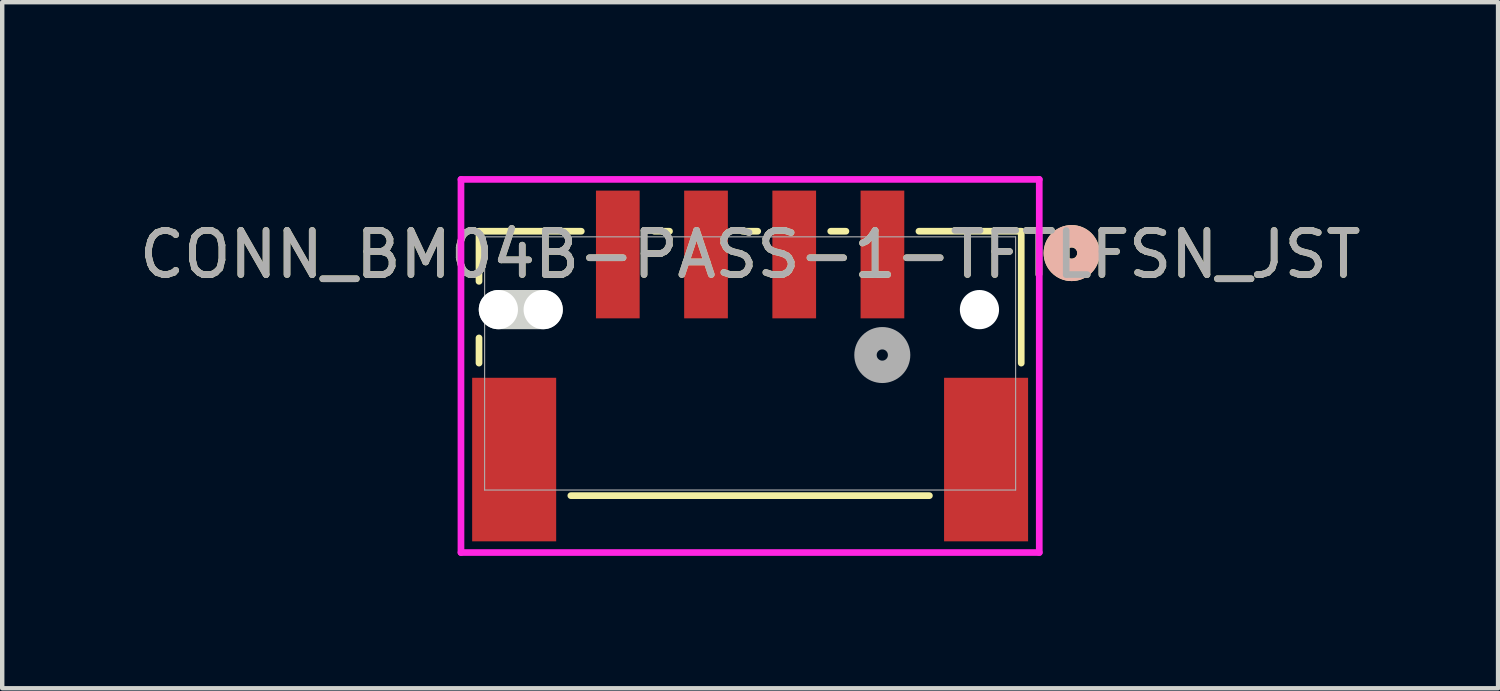
<source format=kicad_pcb>
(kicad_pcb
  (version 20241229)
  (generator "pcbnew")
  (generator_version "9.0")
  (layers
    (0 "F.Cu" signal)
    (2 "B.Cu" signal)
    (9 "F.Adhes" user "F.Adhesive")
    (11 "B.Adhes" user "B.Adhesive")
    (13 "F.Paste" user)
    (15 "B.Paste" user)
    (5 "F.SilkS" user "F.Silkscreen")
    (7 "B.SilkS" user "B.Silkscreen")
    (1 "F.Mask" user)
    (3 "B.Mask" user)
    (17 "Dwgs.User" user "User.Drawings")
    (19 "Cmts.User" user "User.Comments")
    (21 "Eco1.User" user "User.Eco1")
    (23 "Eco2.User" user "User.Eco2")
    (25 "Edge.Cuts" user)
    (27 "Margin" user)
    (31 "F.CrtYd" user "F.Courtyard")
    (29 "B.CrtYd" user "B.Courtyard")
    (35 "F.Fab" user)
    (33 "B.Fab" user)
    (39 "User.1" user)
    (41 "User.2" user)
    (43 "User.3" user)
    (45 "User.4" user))
  (footprint "CONN_BM04B-PASS-1-TFTLFSN_JST"
    (layer "F.Cu")
    (at 13.958 0.25)
    (property "Reference" "CONN_BM04B-PASS-1-TFTLFSN_JST" (at 0 2.47 0) (unlocked yes) (layer "F.SilkS") (effects (font (size 1 1) (thickness 0.15))))
    (attr smd)
    (fp_line (start -6.147 1.943) (end -6.147 3.079) (stroke (width 0.152) (type solid)) (layer "F.SilkS"))
    (fp_line (start -6.147 4.362) (end -6.147 4.933) (stroke (width 0.152) (type solid)) (layer "F.SilkS"))
    (fp_line (start -4.065 7.938) (end 4.065 7.938) (stroke (width 0.152) (type solid)) (layer "F.SilkS"))
    (fp_line (start -3.828 1.943) (end -6.147 1.943) (stroke (width 0.152) (type solid)) (layer "F.SilkS"))
    (fp_line (start -1.828 1.943) (end -2.172 1.943) (stroke (width 0.152) (type solid)) (layer "F.SilkS"))
    (fp_line (start 0.172 1.943) (end -0.172 1.943) (stroke (width 0.152) (type solid)) (layer "F.SilkS"))
    (fp_line (start 2.172 1.943) (end 1.828 1.943) (stroke (width 0.152) (type solid)) (layer "F.SilkS"))
    (fp_line (start 6.147 1.943) (end 3.828 1.943) (stroke (width 0.152) (type solid)) (layer "F.SilkS"))
    (fp_line (start 6.147 4.933) (end 6.147 1.943) (stroke (width 0.152) (type solid)) (layer "F.SilkS"))
    (fp_circle (center 7.29 2.438) (end 7.671 2.438) (stroke (width 0.508) (type solid)) (fill no) (layer "F.SilkS"))
    (fp_circle (center 7.29 2.438) (end 7.671 2.438) (stroke (width 0.508) (type solid)) (fill no) (layer "B.SilkS"))
    (fp_line (start -5.708 3.72) (end -4.692 3.72) (stroke (width 0.889) (type solid)) (layer "Edge.Cuts"))
    (fp_line (start -6.556 0.768) (end -6.556 9.228) (stroke (width 0.152) (type solid)) (layer "F.CrtYd"))
    (fp_line (start -6.556 9.228) (end 6.556 9.228) (stroke (width 0.152) (type solid)) (layer "F.CrtYd"))
    (fp_line (start 6.556 0.768) (end -6.556 0.768) (stroke (width 0.152) (type solid)) (layer "F.CrtYd"))
    (fp_line (start 6.556 9.228) (end 6.556 0.768) (stroke (width 0.152) (type solid)) (layer "F.CrtYd"))
    (fp_line (start -6.02 2.07) (end -6.02 7.811) (stroke (width 0.025) (type solid)) (layer "F.Fab"))
    (fp_line (start -6.02 7.811) (end 6.02 7.811) (stroke (width 0.025) (type solid)) (layer "F.Fab"))
    (fp_line (start 6.02 2.07) (end -6.02 2.07) (stroke (width 0.025) (type solid)) (layer "F.Fab"))
    (fp_line (start 6.02 7.811) (end 6.02 2.07) (stroke (width 0.025) (type solid)) (layer "F.Fab"))
    (fp_circle (center 2.997 4.75) (end 3.378 4.75) (stroke (width 0.508) (type solid)) (fill no) (layer "F.Fab"))
    (fp_text user "${REFERENCE}" (at 0 2.47 0) (unlocked yes) (layer "F.Fab") (effects (font (size 1 1) (thickness 0.15))))
    (pad "" np_thru_hole circle (at -5.708 3.72) (size 0.889 0.889) (drill 0.889) (layers "*.Cu" "*.Mask"))
    (pad "" np_thru_hole circle (at -4.692 3.72) (size 0.889 0.889) (drill 0.889) (layers "*.Cu" "*.Mask"))
    (pad "" np_thru_hole circle (at 5.2 3.72) (size 0.889 0.889) (drill 0.889) (layers "*.Cu" "*.Mask"))
    (pad "1" smd rect (at 3 2.47) (size 0.991 2.896) (layers "F.Cu" "F.Mask" "F.Paste"))
    (pad "2" smd rect (at 1 2.47) (size 0.991 2.896) (layers "F.Cu" "F.Mask" "F.Paste"))
    (pad "3" smd rect (at -1 2.47) (size 0.991 2.896) (layers "F.Cu" "F.Mask" "F.Paste"))
    (pad "4" smd rect (at -3 2.47) (size 0.991 2.896) (layers "F.Cu" "F.Mask" "F.Paste"))
    (pad "5" smd rect (at -5.35 7.12) (size 1.905 3.708) (layers "F.Cu" "F.Mask" "F.Paste"))
    (pad "6" smd rect (at 5.35 7.12) (size 1.905 3.708) (layers "F.Cu" "F.Mask" "F.Paste")))
  (gr_rect
    (start -3 -3)
    (end 30.917 12.555)
    (stroke (width 0.1) (type default))
    (fill no)
    (layer "Edge.Cuts")))
</source>
